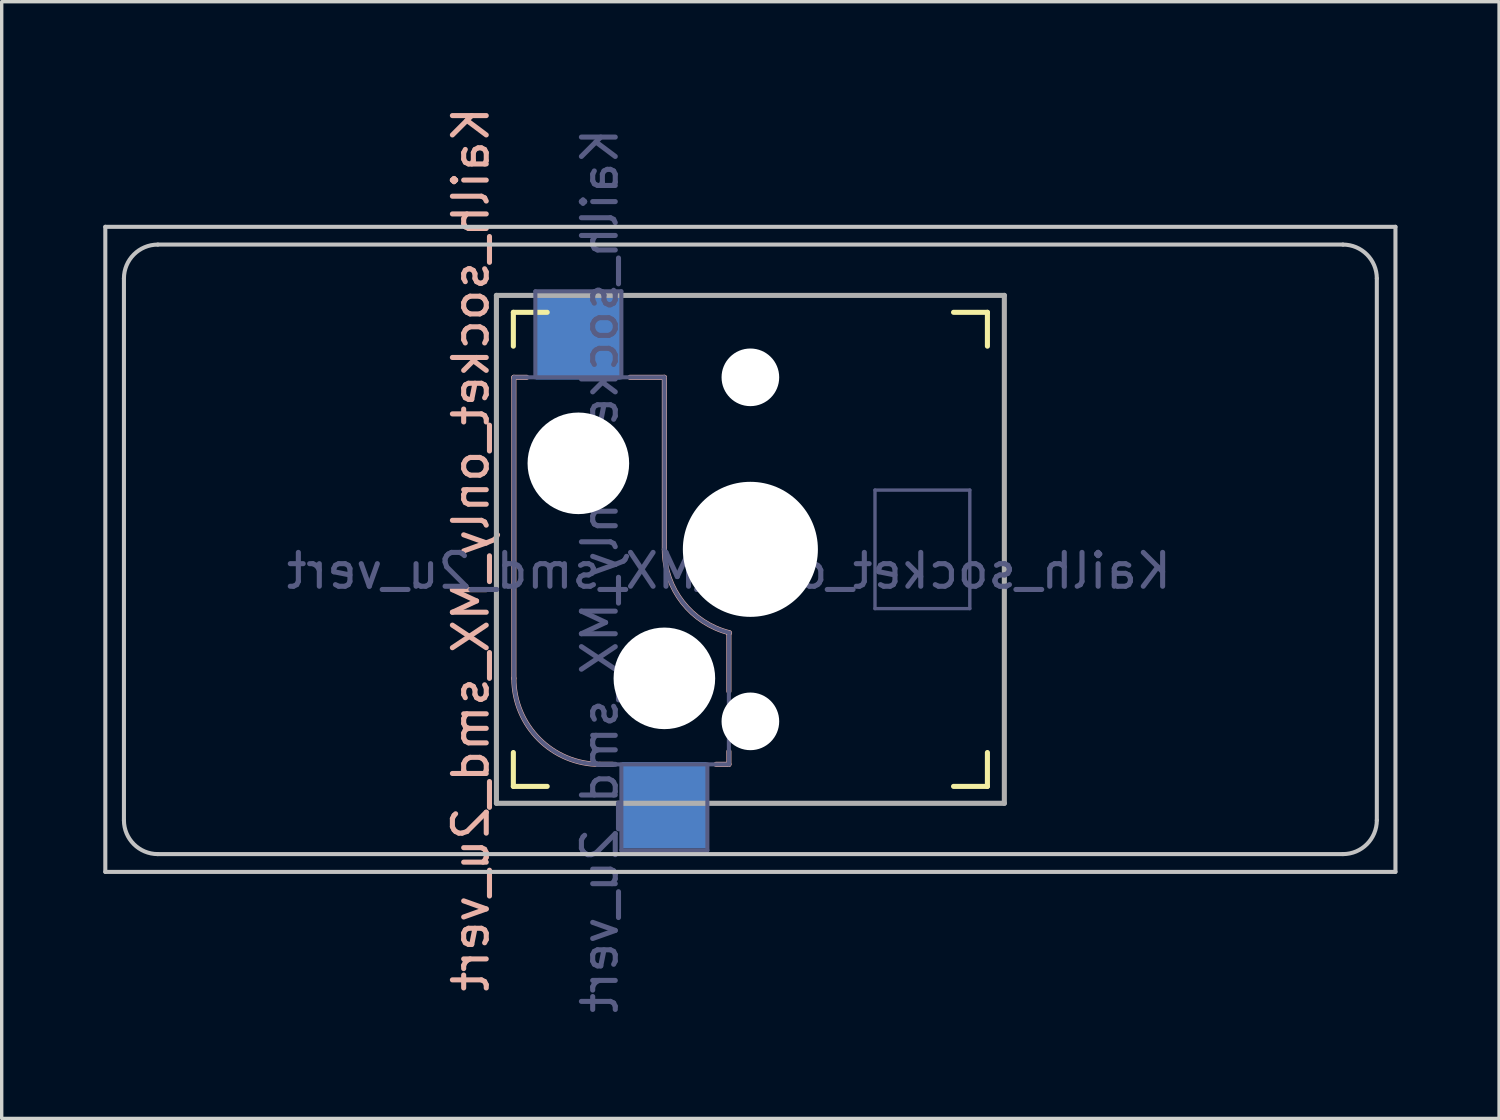
<source format=kicad_pcb>
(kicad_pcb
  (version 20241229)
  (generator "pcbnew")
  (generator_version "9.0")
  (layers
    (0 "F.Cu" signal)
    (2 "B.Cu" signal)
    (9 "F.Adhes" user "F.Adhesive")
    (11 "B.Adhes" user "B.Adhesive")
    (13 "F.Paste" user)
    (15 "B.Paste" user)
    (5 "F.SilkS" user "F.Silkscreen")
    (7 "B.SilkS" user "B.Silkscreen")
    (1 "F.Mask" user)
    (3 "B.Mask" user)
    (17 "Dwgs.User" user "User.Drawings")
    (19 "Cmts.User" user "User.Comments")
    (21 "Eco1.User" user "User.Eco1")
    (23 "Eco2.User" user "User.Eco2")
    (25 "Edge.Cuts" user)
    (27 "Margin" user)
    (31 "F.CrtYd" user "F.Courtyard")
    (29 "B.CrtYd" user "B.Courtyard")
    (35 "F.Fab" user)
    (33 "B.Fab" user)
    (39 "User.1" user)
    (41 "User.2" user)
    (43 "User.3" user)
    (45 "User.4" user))
  (footprint "Kailh_socket_only_MX_smd_2u_vert"
    (layer "F.Cu")
    (at 19.11 13.173)
    (property "Reference" "Kailh_socket_only_MX_smd_2u_vert" (at -8.255 0 90) (layer "B.SilkS") (effects (font (size 1 1) (thickness 0.15)) (justify mirror)))
    (property "Value" "Kailh_socket_only_MX_smd_2u_vert" (at 0 8.255 0) (layer "F.Fab") (hide yes) (effects (font (size 1 1) (thickness 0.15))))
    (attr smd)
    (fp_line (start -7 -7) (end -7 -6) (stroke (width 0.15) (type solid)) (layer "F.SilkS"))
    (fp_line (start -7 -7) (end -6 -7) (stroke (width 0.15) (type solid)) (layer "F.SilkS"))
    (fp_line (start -7 6) (end -7 7) (stroke (width 0.15) (type solid)) (layer "F.SilkS"))
    (fp_line (start -6 7) (end -7 7) (stroke (width 0.15) (type solid)) (layer "F.SilkS"))
    (fp_line (start 6 -7) (end 7 -7) (stroke (width 0.15) (type solid)) (layer "F.SilkS"))
    (fp_line (start 7 -6) (end 7 -7) (stroke (width 0.15) (type solid)) (layer "F.SilkS"))
    (fp_line (start 7 7) (end 6 7) (stroke (width 0.15) (type solid)) (layer "F.SilkS"))
    (fp_line (start 7 7) (end 7 6) (stroke (width 0.15) (type solid)) (layer "F.SilkS"))
    (fp_line (start -6.985 -5.08) (end -6.604 -5.08) (stroke (width 0.15) (type solid)) (layer "B.SilkS"))
    (fp_line (start -6.985 3.81) (end -6.985 -5.08) (stroke (width 0.15) (type solid)) (layer "B.SilkS"))
    (fp_line (start -4.445 6.35) (end -4.064 6.35) (stroke (width 0.15) (type solid)) (layer "B.SilkS"))
    (fp_line (start -3.556 -5.08) (end -2.54 -5.08) (stroke (width 0.15) (type solid)) (layer "B.SilkS"))
    (fp_line (start -2.54 -5.08) (end -2.54 0) (stroke (width 0.15) (type solid)) (layer "B.SilkS"))
    (fp_line (start -1.016 6.35) (end -0.635 6.35) (stroke (width 0.15) (type solid)) (layer "B.SilkS"))
    (fp_line (start -0.635 2.464) (end -0.635 4.191) (stroke (width 0.15) (type solid)) (layer "B.SilkS"))
    (fp_line (start -0.635 5.969) (end -0.635 6.35) (stroke (width 0.15) (type solid)) (layer "B.SilkS"))
    (fp_arc (start -4.445 6.35) (mid -6.241051 5.606051) (end -6.985 3.81) (stroke (width 0.15) (type solid)) (layer "B.SilkS"))
    (fp_arc (start -0.61604 2.464162) (mid -2.002042 1.563147) (end -2.54 0) (stroke (width 0.15) (type solid)) (layer "B.SilkS"))
    (fp_line (start -19.05 -9.525) (end 19.05 -9.525) (stroke (width 0.12) (type solid)) (layer "Dwgs.User"))
    (fp_line (start -19.05 9.525) (end -19.05 -9.525) (stroke (width 0.12) (type solid)) (layer "Dwgs.User"))
    (fp_line (start -18.5 8) (end -18.5 -8) (stroke (width 0.12) (type solid)) (layer "Dwgs.User"))
    (fp_line (start -17.5 -9) (end 17.5 -9) (stroke (width 0.12) (type solid)) (layer "Dwgs.User"))
    (fp_line (start -17.5 9) (end 17.5 9) (stroke (width 0.12) (type solid)) (layer "Dwgs.User"))
    (fp_line (start 18.5 8) (end 18.5 -8) (stroke (width 0.12) (type solid)) (layer "Dwgs.User"))
    (fp_line (start 19.05 -9.525) (end 19.05 9.525) (stroke (width 0.12) (type solid)) (layer "Dwgs.User"))
    (fp_line (start 19.05 9.525) (end -19.05 9.525) (stroke (width 0.12) (type solid)) (layer "Dwgs.User"))
    (fp_arc (start -18.5 -8) (mid -18.207107 -8.707107) (end -17.5 -9) (stroke (width 0.12) (type solid)) (layer "Dwgs.User"))
    (fp_arc (start -17.5 9) (mid -18.207107 8.707107) (end -18.5 8) (stroke (width 0.12) (type solid)) (layer "Dwgs.User"))
    (fp_arc (start 17.5 -9) (mid 18.207107 -8.707107) (end 18.5 -8) (stroke (width 0.12) (type solid)) (layer "Dwgs.User"))
    (fp_arc (start 18.5 8) (mid 18.207107 8.707107) (end 17.5 9) (stroke (width 0.12) (type solid)) (layer "Dwgs.User"))
    (fp_line (start -6.9 -6.9) (end -6.9 6.9) (stroke (width 0.15) (type solid)) (layer "Eco2.User"))
    (fp_line (start -6.9 -6.9) (end 6.9 -6.9) (stroke (width 0.15) (type solid)) (layer "Eco2.User"))
    (fp_line (start 6.9 6.9) (end -6.9 6.9) (stroke (width 0.15) (type solid)) (layer "Eco2.User"))
    (fp_line (start 6.9 6.9) (end 6.9 -6.9) (stroke (width 0.15) (type solid)) (layer "Eco2.User"))
    (fp_line (start -6.985 -5.08) (end -2.54 -5.08) (stroke (width 0.12) (type solid)) (layer "B.Fab"))
    (fp_line (start -6.985 3.81) (end -6.985 -5.08) (stroke (width 0.12) (type solid)) (layer "B.Fab"))
    (fp_line (start -6.35 -7.62) (end -3.81 -7.62) (stroke (width 0.12) (type solid)) (layer "B.Fab"))
    (fp_line (start -6.35 -5.08) (end -6.35 -7.62) (stroke (width 0.12) (type solid)) (layer "B.Fab"))
    (fp_line (start -3.81 -7.62) (end -3.81 -5.08) (stroke (width 0.12) (type solid)) (layer "B.Fab"))
    (fp_line (start -3.81 8.89) (end -3.81 6.35) (stroke (width 0.12) (type solid)) (layer "B.Fab"))
    (fp_line (start -2.54 -5.08) (end -2.54 0) (stroke (width 0.12) (type solid)) (layer "B.Fab"))
    (fp_line (start -1.27 6.35) (end -1.27 8.89) (stroke (width 0.12) (type solid)) (layer "B.Fab"))
    (fp_line (start -1.27 8.89) (end -3.81 8.89) (stroke (width 0.12) (type solid)) (layer "B.Fab"))
    (fp_line (start -0.635 6.35) (end -4.445 6.35) (stroke (width 0.12) (type solid)) (layer "B.Fab"))
    (fp_line (start -0.635 6.35) (end -0.635 2.54) (stroke (width 0.12) (type solid)) (layer "B.Fab"))
    (fp_line (start 3.68 -1.75) (end 6.48 -1.75) (stroke (width 0.1) (type solid)) (layer "B.Fab"))
    (fp_line (start 3.68 1.75) (end 3.68 -1.75) (stroke (width 0.1) (type solid)) (layer "B.Fab"))
    (fp_line (start 3.68 1.75) (end 6.48 1.75) (stroke (width 0.1) (type solid)) (layer "B.Fab"))
    (fp_line (start 6.48 1.75) (end 6.48 -1.75) (stroke (width 0.1) (type solid)) (layer "B.Fab"))
    (fp_arc (start -4.445 6.35) (mid -6.241051 5.606051) (end -6.985 3.81) (stroke (width 0.12) (type solid)) (layer "B.Fab"))
    (fp_arc (start -0.61604 2.464162) (mid -2.002042 1.563147) (end -2.54 0) (stroke (width 0.12) (type solid)) (layer "B.Fab"))
    (fp_line (start -7.5 -7.5) (end 7.5 -7.5) (stroke (width 0.15) (type solid)) (layer "F.Fab"))
    (fp_line (start -7.5 7.5) (end -7.5 -7.5) (stroke (width 0.15) (type solid)) (layer "F.Fab"))
    (fp_line (start 7.5 -7.5) (end 7.5 7.5) (stroke (width 0.15) (type solid)) (layer "F.Fab"))
    (fp_line (start 7.5 7.5) (end -7.5 7.5) (stroke (width 0.15) (type solid)) (layer "F.Fab"))
    (fp_text user "${REFERENCE}" (at -4.445 0.635 90) (layer "B.Fab") (effects (font (size 1 1) (thickness 0.15)) (justify mirror)))
    (fp_text user "${VALUE}" (at -0.635 0.635 0) (layer "B.Fab") (effects (font (size 1 1) (thickness 0.15)) (justify mirror)))
    (pad "" np_thru_hole circle (at -5.08 -2.54 90) (size 3 3) (drill 3) (layers "*.Cu" "*.Mask"))
    (pad "" np_thru_hole circle (at -2.54 3.81 90) (size 3 3) (drill 3) (layers "*.Cu" "*.Mask"))
    (pad "" np_thru_hole circle (at 0 -5.08 90) (size 1.702 1.702) (drill 1.702) (layers "*.Cu" "*.Mask"))
    (pad "" np_thru_hole circle (at 0 0 90) (size 3.988 3.988) (drill 3.988) (layers "*.Cu" "*.Mask"))
    (pad "" np_thru_hole circle (at 0 5.08 90) (size 1.702 1.702) (drill 1.702) (layers "*.Cu" "*.Mask"))
    (pad "1" smd rect (at -5.08 -6.29 90) (size 2.55 2.5) (layers "B.Cu" "B.Mask" "B.Paste"))
    (pad "2" smd rect (at -2.54 7.56 90) (size 2.55 2.5) (layers "B.Cu" "B.Mask" "B.Paste")))
  (gr_rect
    (start -3 -3)
    (end 41.22 29.98)
    (stroke (width 0.1) (type default))
    (fill no)
    (layer "Edge.Cuts")))
</source>
